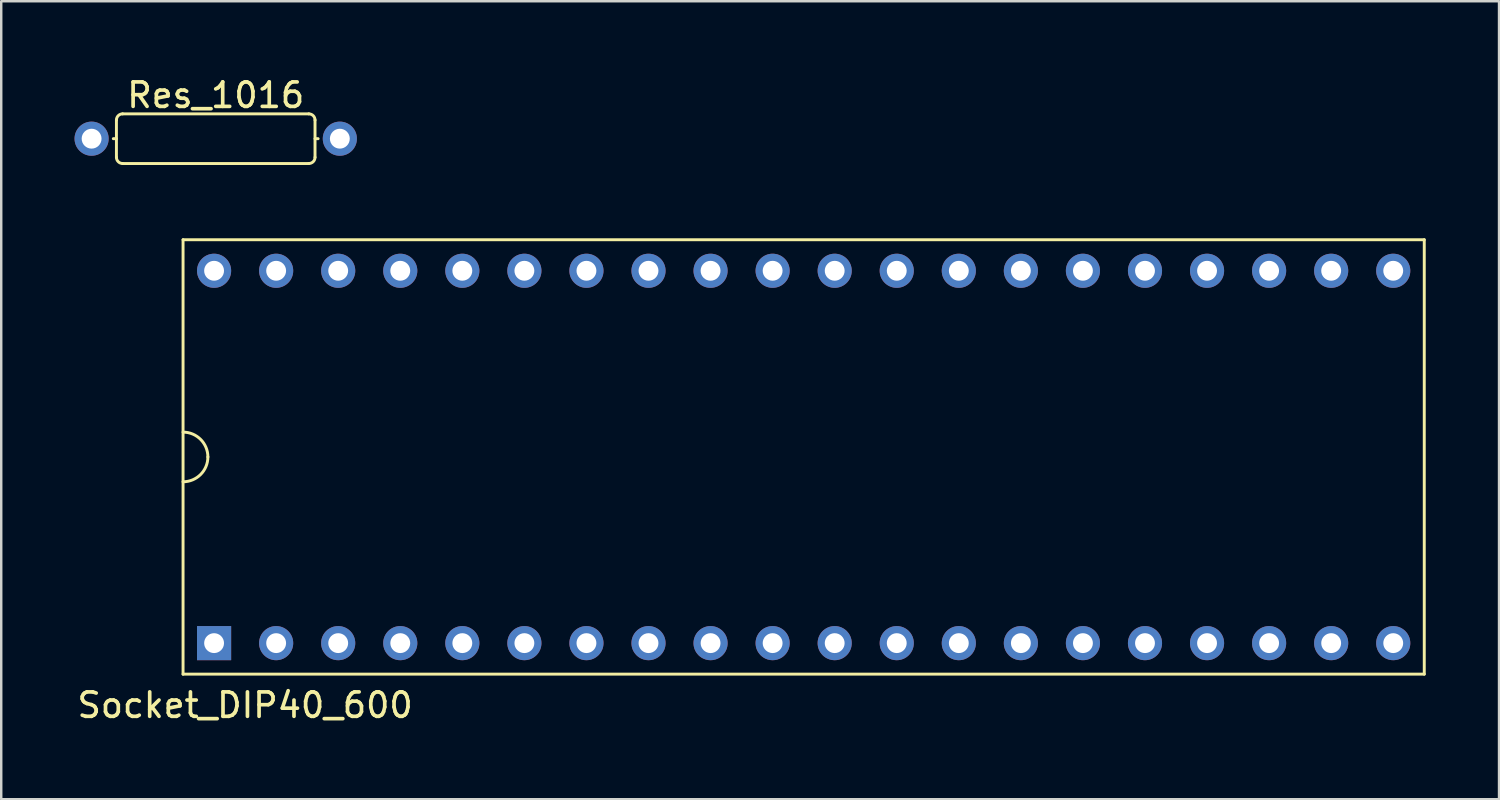
<source format=kicad_pcb>
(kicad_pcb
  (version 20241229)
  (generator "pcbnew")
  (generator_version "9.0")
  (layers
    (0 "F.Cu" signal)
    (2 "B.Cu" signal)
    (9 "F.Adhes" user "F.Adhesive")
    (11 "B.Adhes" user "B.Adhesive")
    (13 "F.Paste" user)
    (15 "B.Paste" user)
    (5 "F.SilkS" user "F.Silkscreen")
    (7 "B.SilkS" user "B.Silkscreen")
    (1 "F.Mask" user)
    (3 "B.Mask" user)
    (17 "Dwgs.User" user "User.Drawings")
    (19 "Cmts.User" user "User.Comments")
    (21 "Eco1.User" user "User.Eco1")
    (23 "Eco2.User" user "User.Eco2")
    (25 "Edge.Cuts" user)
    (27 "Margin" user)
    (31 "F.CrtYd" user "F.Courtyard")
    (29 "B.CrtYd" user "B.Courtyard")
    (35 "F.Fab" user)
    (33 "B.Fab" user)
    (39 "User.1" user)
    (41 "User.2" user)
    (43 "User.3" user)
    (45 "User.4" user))
  (footprint "Socket_DIP40_600"
    (layer "F.Cu")
    (at 29.842 15.652)
    (property "Reference" "Socket_DIP40_600" (at -22.86 10.16 0) (layer "F.SilkS") (effects (font (size 1 1) (thickness 0.15))))
    (attr through_hole)
    (fp_line (start -25.4 -8.89) (end 25.4 -8.89) (stroke (width 0.12) (type solid)) (layer "F.SilkS"))
    (fp_line (start -25.4 8.89) (end -25.4 -8.89) (stroke (width 0.12) (type solid)) (layer "F.SilkS"))
    (fp_line (start -25.4 8.89) (end 25.4 8.89) (stroke (width 0.12) (type solid)) (layer "F.SilkS"))
    (fp_line (start 25.4 8.89) (end 25.4 -8.89) (stroke (width 0.12) (type solid)) (layer "F.SilkS"))
    (fp_arc (start -25.4 -1.016) (mid -24.68158 -0.71842) (end -24.384 0) (stroke (width 0.12) (type solid)) (layer "F.SilkS"))
    (fp_arc (start -24.384 0) (mid -24.68158 0.71842) (end -25.4 1.016) (stroke (width 0.12) (type solid)) (layer "F.SilkS"))
    (pad "1" thru_hole rect (at -24.13 7.62) (size 1.397 1.397) (drill 0.813) (layers "*.Cu" "*.Mask"))
    (pad "2" thru_hole circle (at -21.59 7.62) (size 1.397 1.397) (drill 0.813) (layers "*.Cu" "*.Mask"))
    (pad "3" thru_hole circle (at -19.05 7.62) (size 1.397 1.397) (drill 0.813) (layers "*.Cu" "*.Mask"))
    (pad "4" thru_hole circle (at -16.51 7.62) (size 1.397 1.397) (drill 0.813) (layers "*.Cu" "*.Mask"))
    (pad "5" thru_hole circle (at -13.97 7.62) (size 1.397 1.397) (drill 0.813) (layers "*.Cu" "*.Mask"))
    (pad "6" thru_hole circle (at -11.43 7.62) (size 1.397 1.397) (drill 0.813) (layers "*.Cu" "*.Mask"))
    (pad "7" thru_hole circle (at -8.89 7.62) (size 1.397 1.397) (drill 0.813) (layers "*.Cu" "*.Mask"))
    (pad "8" thru_hole circle (at -6.35 7.62) (size 1.397 1.397) (drill 0.813) (layers "*.Cu" "*.Mask"))
    (pad "9" thru_hole circle (at -3.81 7.62) (size 1.397 1.397) (drill 0.813) (layers "*.Cu" "*.Mask"))
    (pad "10" thru_hole circle (at -1.27 7.62) (size 1.397 1.397) (drill 0.813) (layers "*.Cu" "*.Mask"))
    (pad "11" thru_hole circle (at 1.27 7.62) (size 1.397 1.397) (drill 0.813) (layers "*.Cu" "*.Mask"))
    (pad "12" thru_hole circle (at 3.81 7.62) (size 1.397 1.397) (drill 0.813) (layers "*.Cu" "*.Mask"))
    (pad "13" thru_hole circle (at 6.35 7.62) (size 1.397 1.397) (drill 0.813) (layers "*.Cu" "*.Mask"))
    (pad "14" thru_hole circle (at 8.89 7.62) (size 1.397 1.397) (drill 0.813) (layers "*.Cu" "*.Mask"))
    (pad "15" thru_hole circle (at 11.43 7.62) (size 1.397 1.397) (drill 0.813) (layers "*.Cu" "*.Mask"))
    (pad "16" thru_hole circle (at 13.97 7.62) (size 1.397 1.397) (drill 0.813) (layers "*.Cu" "*.Mask"))
    (pad "17" thru_hole circle (at 16.51 7.62) (size 1.397 1.397) (drill 0.813) (layers "*.Cu" "*.Mask"))
    (pad "18" thru_hole circle (at 19.05 7.62) (size 1.397 1.397) (drill 0.813) (layers "*.Cu" "*.Mask"))
    (pad "19" thru_hole circle (at 21.59 7.62) (size 1.397 1.397) (drill 0.813) (layers "*.Cu" "*.Mask"))
    (pad "20" thru_hole circle (at 24.13 7.62) (size 1.397 1.397) (drill 0.813) (layers "*.Cu" "*.Mask"))
    (pad "21" thru_hole circle (at 24.13 -7.62) (size 1.397 1.397) (drill 0.813) (layers "*.Cu" "*.Mask"))
    (pad "22" thru_hole circle (at 21.59 -7.62) (size 1.397 1.397) (drill 0.813) (layers "*.Cu" "*.Mask"))
    (pad "23" thru_hole circle (at 19.05 -7.62) (size 1.397 1.397) (drill 0.813) (layers "*.Cu" "*.Mask"))
    (pad "24" thru_hole circle (at 16.51 -7.62) (size 1.397 1.397) (drill 0.813) (layers "*.Cu" "*.Mask"))
    (pad "25" thru_hole circle (at 13.97 -7.62) (size 1.397 1.397) (drill 0.813) (layers "*.Cu" "*.Mask"))
    (pad "26" thru_hole circle (at 11.43 -7.62) (size 1.397 1.397) (drill 0.813) (layers "*.Cu" "*.Mask"))
    (pad "27" thru_hole circle (at 8.89 -7.62) (size 1.397 1.397) (drill 0.813) (layers "*.Cu" "*.Mask"))
    (pad "28" thru_hole circle (at 6.35 -7.62) (size 1.397 1.397) (drill 0.813) (layers "*.Cu" "*.Mask"))
    (pad "29" thru_hole circle (at 3.81 -7.62) (size 1.397 1.397) (drill 0.813) (layers "*.Cu" "*.Mask"))
    (pad "30" thru_hole circle (at 1.27 -7.62) (size 1.397 1.397) (drill 0.813) (layers "*.Cu" "*.Mask"))
    (pad "31" thru_hole circle (at -1.27 -7.62) (size 1.397 1.397) (drill 0.813) (layers "*.Cu" "*.Mask"))
    (pad "32" thru_hole circle (at -3.81 -7.62) (size 1.397 1.397) (drill 0.813) (layers "*.Cu" "*.Mask"))
    (pad "33" thru_hole circle (at -6.35 -7.62) (size 1.397 1.397) (drill 0.813) (layers "*.Cu" "*.Mask"))
    (pad "34" thru_hole circle (at -8.89 -7.62) (size 1.397 1.397) (drill 0.813) (layers "*.Cu" "*.Mask"))
    (pad "35" thru_hole circle (at -11.43 -7.62) (size 1.397 1.397) (drill 0.813) (layers "*.Cu" "*.Mask"))
    (pad "36" thru_hole circle (at -13.97 -7.62) (size 1.397 1.397) (drill 0.813) (layers "*.Cu" "*.Mask"))
    (pad "37" thru_hole circle (at -16.51 -7.62) (size 1.397 1.397) (drill 0.813) (layers "*.Cu" "*.Mask"))
    (pad "38" thru_hole circle (at -19.05 -7.62) (size 1.397 1.397) (drill 0.813) (layers "*.Cu" "*.Mask"))
    (pad "39" thru_hole circle (at -21.59 -7.62) (size 1.397 1.397) (drill 0.813) (layers "*.Cu" "*.Mask"))
    (pad "40" thru_hole circle (at -24.13 -7.62) (size 1.397 1.397) (drill 0.813) (layers "*.Cu" "*.Mask")))
  (footprint "Res_1016"
    (layer "F.Cu")
    (at 5.779 2.626)
    (property "Reference" "Res_1016" (at 0 -1.778 0) (layer "F.SilkS") (effects (font (size 1 1) (thickness 0.15))))
    (attr through_hole)
    (fp_line (start -4.191 0) (end -4.064 0) (stroke (width 0.12) (type solid)) (layer "F.SilkS"))
    (fp_line (start -4.064 0.762) (end -4.064 -0.762) (stroke (width 0.12) (type solid)) (layer "F.SilkS"))
    (fp_line (start -3.81 -1.016) (end 3.81 -1.016) (stroke (width 0.12) (type solid)) (layer "F.SilkS"))
    (fp_line (start 3.81 1.016) (end -3.81 1.016) (stroke (width 0.12) (type solid)) (layer "F.SilkS"))
    (fp_line (start 4.064 -0.762) (end 4.064 0.762) (stroke (width 0.12) (type solid)) (layer "F.SilkS"))
    (fp_line (start 4.064 0) (end 4.191 0) (stroke (width 0.12) (type solid)) (layer "F.SilkS"))
    (fp_arc (start -4.064 -0.762) (mid -3.989605 -0.941605) (end -3.81 -1.016) (stroke (width 0.12) (type solid)) (layer "F.SilkS"))
    (fp_arc (start -3.81 1.016) (mid -3.989605 0.941605) (end -4.064 0.762) (stroke (width 0.12) (type solid)) (layer "F.SilkS"))
    (fp_arc (start 3.81 -1.016) (mid 3.989605 -0.941605) (end 4.064 -0.762) (stroke (width 0.12) (type solid)) (layer "F.SilkS"))
    (fp_arc (start 4.064 0.762) (mid 3.989605 0.941605) (end 3.81 1.016) (stroke (width 0.12) (type solid)) (layer "F.SilkS"))
    (pad "1" thru_hole circle (at -5.08 0) (size 1.397 1.397) (drill 0.813) (layers "*.Cu" "*.Mask"))
    (pad "2" thru_hole circle (at 5.08 0) (size 1.397 1.397) (drill 0.813) (layers "*.Cu" "*.Mask")))
  (gr_rect
    (start -3 -3)
    (end 58.302 29.66)
    (stroke (width 0.1) (type default))
    (fill no)
    (layer "Edge.Cuts")))
</source>
